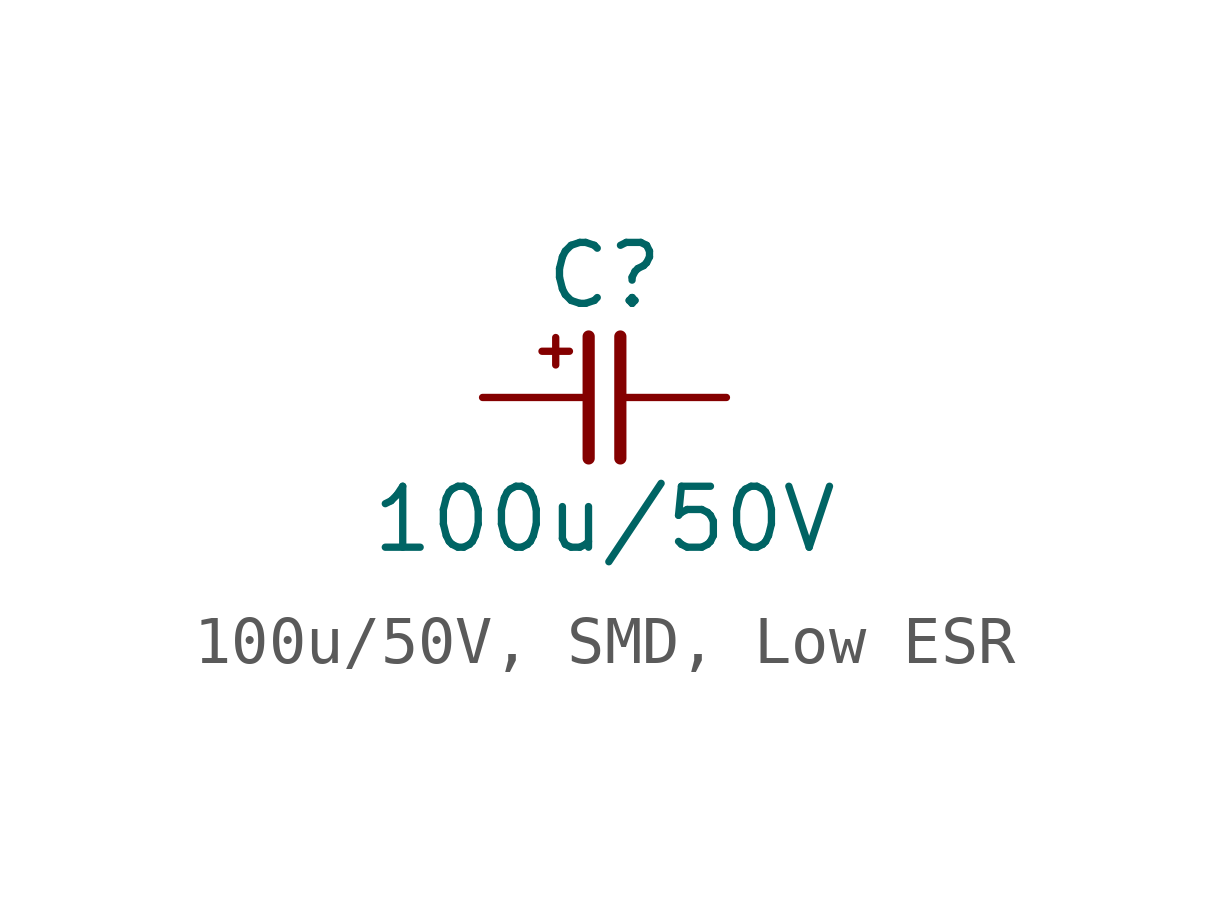
<source format=kicad_sym>
(kicad_symbol_lib
  (version 20231120)
  (generator "kicad_symbol_editor")
  (generator_version "8.0")
  (symbol "100u/50V, SMD, Low ESR"
    (pin_numbers hide)
    (pin_names
      (offset 0) hide)
    (property "Reference" "C"
      (at 0 2.54 0)
      (effects (font (size 1.27 1.27))))
    (property "Value" "100u/50V"
      (at 0 -2.54 0)
      (effects (font (size 1.27 1.27))))
    (symbol "100u/50V, SMD, Low ESR_0_0"
      (text "+" (at -1.016 1.016 0) (effects (font (size 0.75 0.75)))))
    (symbol "100u/50V, SMD, Low ESR_0_1"
      (polyline (pts (xy -0.33 1.27) (xy -0.33 -1.27)) (stroke (width 0.254) (type default)) (fill (type none)))
      (polyline (pts (xy 0.33 1.27) (xy 0.33 -1.27)) (stroke (width 0.254) (type default)) (fill (type none))))
    (symbol "100u/50V, SMD, Low ESR_1_1"
      (pin passive line (at -2.54 0 0) (length 2.21) (name "1" (effects (font (size 1.27 1.27)))) (number "1" (effects (font (size 1.27 1.27)))))
      (pin passive line (at 2.54 0 180) (length 2.21) (name "2" (effects (font (size 1.27 1.27)))) (number "2" (effects (font (size 1.27 1.27))))))))
</source>
